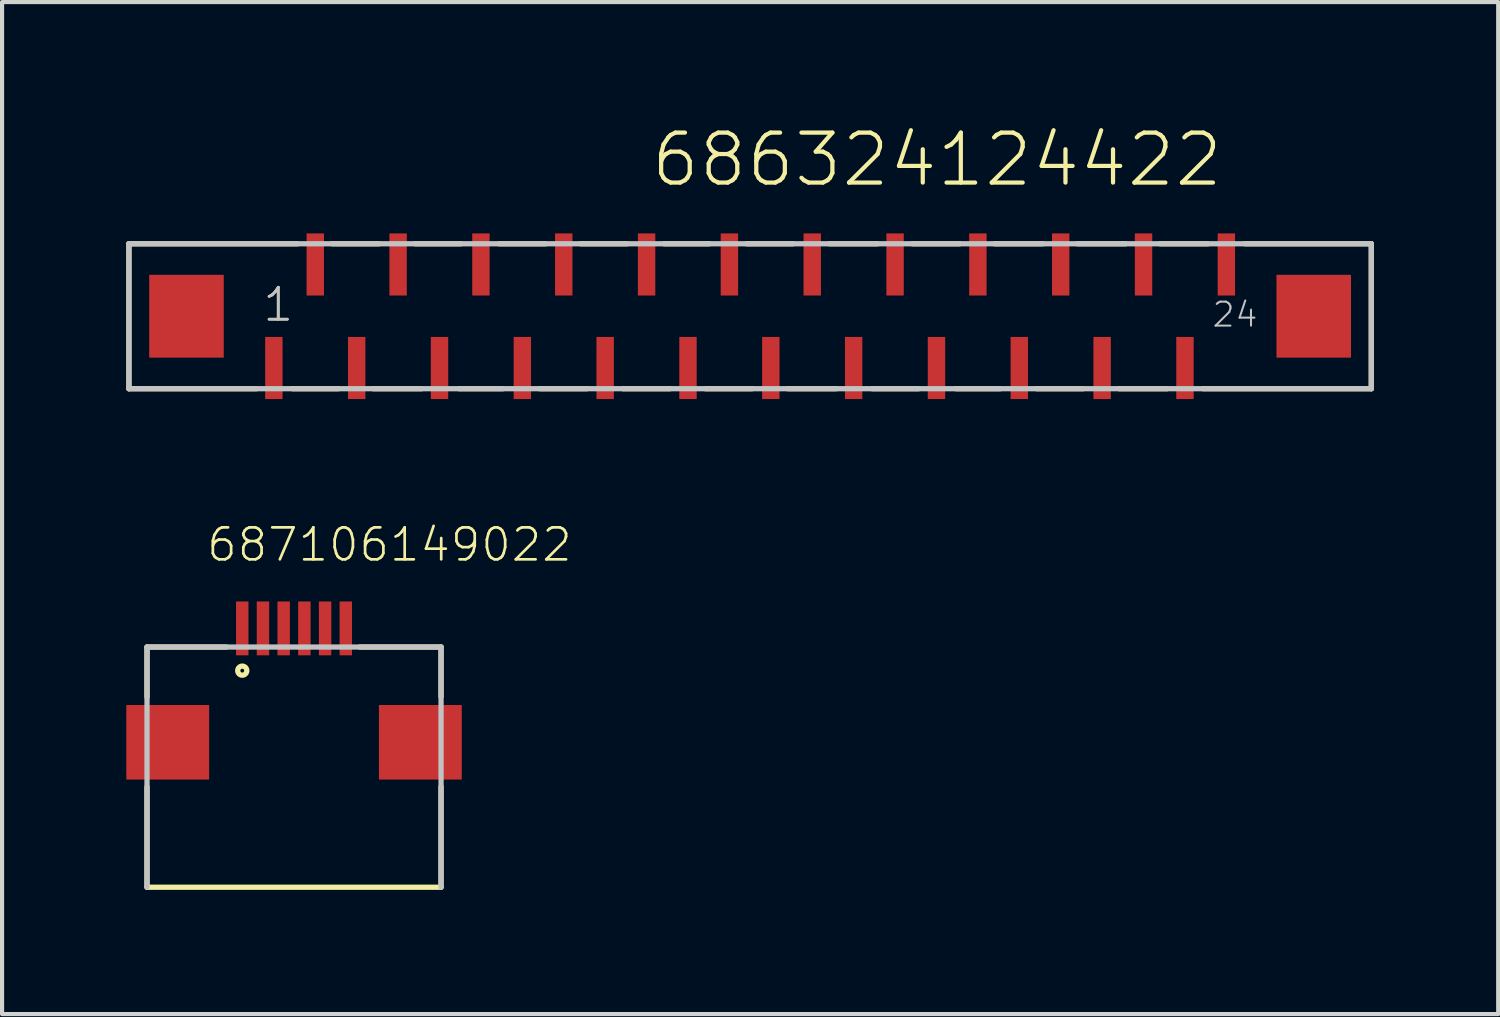
<source format=kicad_pcb>
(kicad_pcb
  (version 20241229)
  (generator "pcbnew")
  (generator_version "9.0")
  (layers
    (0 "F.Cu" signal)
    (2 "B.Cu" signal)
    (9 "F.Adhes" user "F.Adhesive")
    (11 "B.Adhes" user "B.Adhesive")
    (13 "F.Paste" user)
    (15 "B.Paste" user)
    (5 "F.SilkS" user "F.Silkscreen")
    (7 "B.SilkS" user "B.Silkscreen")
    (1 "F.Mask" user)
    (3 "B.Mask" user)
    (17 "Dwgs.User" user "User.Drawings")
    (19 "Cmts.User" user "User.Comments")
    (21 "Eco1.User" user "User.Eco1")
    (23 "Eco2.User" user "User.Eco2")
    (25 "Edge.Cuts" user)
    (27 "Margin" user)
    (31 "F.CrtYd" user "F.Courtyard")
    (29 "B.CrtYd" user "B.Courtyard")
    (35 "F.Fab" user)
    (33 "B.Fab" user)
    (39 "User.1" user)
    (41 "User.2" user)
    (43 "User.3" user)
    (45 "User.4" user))
  (footprint "687106149022"
    (layer "F.Cu")
    (at 4.05 12.124)
    (property "Reference" "687106149022" (at -2.15 -1.57 0) (layer "F.SilkS") (effects (font (size 0.772 0.772) (thickness 0.065)) (justify left bottom)))
    (attr through_hole)
    (fp_line (start -3.55 0.45) (end -3.55 1.66) (stroke (width 0.127) (type solid)) (layer "F.SilkS"))
    (fp_line (start -3.55 3.83) (end -3.55 6.25) (stroke (width 0.127) (type solid)) (layer "F.SilkS"))
    (fp_line (start -1.64 0.45) (end -3.55 0.45) (stroke (width 0.127) (type solid)) (layer "F.SilkS"))
    (fp_line (start 1.59 0.45) (end 3.55 0.45) (stroke (width 0.127) (type solid)) (layer "F.SilkS"))
    (fp_line (start 3.55 0.45) (end 3.55 1.65) (stroke (width 0.127) (type solid)) (layer "F.SilkS"))
    (fp_line (start 3.55 3.82) (end 3.55 6.25) (stroke (width 0.127) (type solid)) (layer "F.SilkS"))
    (fp_line (start 3.55 6.25) (end -3.55 6.25) (stroke (width 0.127) (type solid)) (layer "F.SilkS"))
    (fp_circle (center -1.25 1.02) (end -1.14 1.02) (stroke (width 0.127) (type solid)) (fill no) (layer "F.SilkS"))
    (fp_line (start -3.55 0.45) (end 3.55 0.45) (stroke (width 0.127) (type solid)) (layer "Dwgs.User"))
    (fp_line (start -3.55 6.25) (end -3.55 0.45) (stroke (width 0.127) (type solid)) (layer "Dwgs.User"))
    (fp_line (start 3.55 0.45) (end 3.55 6.25) (stroke (width 0.127) (type solid)) (layer "Dwgs.User"))
    (pad "1" smd rect (at -1.25 0) (size 0.3 1.3) (layers "F.Cu" "F.Mask" "F.Paste"))
    (pad "2" smd rect (at -0.75 0) (size 0.3 1.3) (layers "F.Cu" "F.Mask" "F.Paste"))
    (pad "3" smd rect (at -0.25 0) (size 0.3 1.3) (layers "F.Cu" "F.Mask" "F.Paste"))
    (pad "4" smd rect (at 0.25 0) (size 0.3 1.3) (layers "F.Cu" "F.Mask" "F.Paste"))
    (pad "5" smd rect (at 0.75 0) (size 0.3 1.3) (layers "F.Cu" "F.Mask" "F.Paste"))
    (pad "6" smd rect (at 1.25 0) (size 0.3 1.3) (layers "F.Cu" "F.Mask" "F.Paste"))
    (pad "Z1" smd rect (at -3.05 2.75) (size 2 1.8) (layers "F.Cu" "F.Mask" "F.Paste"))
    (pad "Z2" smd rect (at 3.05 2.75) (size 2 1.8) (layers "F.Cu" "F.Mask" "F.Paste")))
  (footprint "686324124422"
    (layer "F.Cu")
    (at 15.063 4.586)
    (property "Reference" "686324124422" (at -2.445 -3.075 0) (layer "F.SilkS") (effects (font (size 1.206 1.206) (thickness 0.102)) (justify left bottom)))
    (attr through_hole)
    (fp_line (start -15 -1.75) (end -15 1.75) (stroke (width 0.127) (type solid)) (layer "F.SilkS"))
    (fp_line (start -15 1.75) (end -11.92 1.75) (stroke (width 0.127) (type solid)) (layer "F.SilkS"))
    (fp_line (start -11.05 1.75) (end -9.94 1.75) (stroke (width 0.127) (type solid)) (layer "F.SilkS"))
    (fp_line (start -10.93 -1.75) (end -15 -1.75) (stroke (width 0.127) (type solid)) (layer "F.SilkS"))
    (fp_line (start -10.09 -1.75) (end -8.96 -1.75) (stroke (width 0.127) (type solid)) (layer "F.SilkS"))
    (fp_line (start -9.1 1.75) (end -7.93 1.75) (stroke (width 0.127) (type solid)) (layer "F.SilkS"))
    (fp_line (start -8.09 -1.75) (end -6.98 -1.75) (stroke (width 0.127) (type solid)) (layer "F.SilkS"))
    (fp_line (start -7.03 1.75) (end -5.97 1.75) (stroke (width 0.127) (type solid)) (layer "F.SilkS"))
    (fp_line (start -6.06 -1.75) (end -4.94 -1.75) (stroke (width 0.127) (type solid)) (layer "F.SilkS"))
    (fp_line (start -5.08 1.75) (end -3.94 1.75) (stroke (width 0.127) (type solid)) (layer "F.SilkS"))
    (fp_line (start -4.09 -1.75) (end -2.97 -1.75) (stroke (width 0.127) (type solid)) (layer "F.SilkS"))
    (fp_line (start -3.07 1.75) (end -1.93 1.75) (stroke (width 0.127) (type solid)) (layer "F.SilkS"))
    (fp_line (start -2.08 -1.75) (end -0.98 -1.75) (stroke (width 0.127) (type solid)) (layer "F.SilkS"))
    (fp_line (start -1.08 1.75) (end 0.05 1.75) (stroke (width 0.127) (type solid)) (layer "F.SilkS"))
    (fp_line (start -0.09 -1.75) (end 1.04 -1.75) (stroke (width 0.127) (type solid)) (layer "F.SilkS"))
    (fp_line (start 0.91 1.75) (end 2.08 1.75) (stroke (width 0.127) (type solid)) (layer "F.SilkS"))
    (fp_line (start 1.91 -1.75) (end 3.08 -1.75) (stroke (width 0.127) (type solid)) (layer "F.SilkS"))
    (fp_line (start 2.95 1.75) (end 4.07 1.75) (stroke (width 0.127) (type solid)) (layer "F.SilkS"))
    (fp_line (start 3.92 -1.75) (end 5.06 -1.75) (stroke (width 0.127) (type solid)) (layer "F.SilkS"))
    (fp_line (start 4.97 1.75) (end 6.04 1.75) (stroke (width 0.127) (type solid)) (layer "F.SilkS"))
    (fp_line (start 5.9 -1.75) (end 7.07 -1.75) (stroke (width 0.127) (type solid)) (layer "F.SilkS"))
    (fp_line (start 6.92 1.75) (end 8.04 1.75) (stroke (width 0.127) (type solid)) (layer "F.SilkS"))
    (fp_line (start 7.9 -1.75) (end 9.07 -1.75) (stroke (width 0.127) (type solid)) (layer "F.SilkS"))
    (fp_line (start 8.91 1.75) (end 10.07 1.75) (stroke (width 0.127) (type solid)) (layer "F.SilkS"))
    (fp_line (start 9.9 -1.75) (end 11.06 -1.75) (stroke (width 0.127) (type solid)) (layer "F.SilkS"))
    (fp_line (start 10.94 1.75) (end 15 1.75) (stroke (width 0.127) (type solid)) (layer "F.SilkS"))
    (fp_line (start 15 -1.75) (end 11.95 -1.75) (stroke (width 0.127) (type solid)) (layer "F.SilkS"))
    (fp_line (start 15 1.75) (end 15 -1.75) (stroke (width 0.127) (type solid)) (layer "F.SilkS"))
    (fp_line (start -15 -1.75) (end -15 1.75) (stroke (width 0.127) (type solid)) (layer "Dwgs.User"))
    (fp_line (start -15 1.75) (end 15 1.75) (stroke (width 0.127) (type solid)) (layer "Dwgs.User"))
    (fp_line (start 15 -1.75) (end -15 -1.75) (stroke (width 0.127) (type solid)) (layer "Dwgs.User"))
    (fp_line (start 15 1.75) (end 15 -1.75) (stroke (width 0.127) (type solid)) (layer "Dwgs.User"))
    (fp_text user "1" (at -11.805 0.17 0) (layer "F.SilkS") (effects (font (size 0.772 0.772) (thickness 0.065)) (justify left bottom)))
    (fp_text user "24" (at 11.125 0.3 0) (layer "Dwgs.User") (effects (font (size 0.579 0.579) (thickness 0.049)) (justify left bottom)))
    (fp_text user "1" (at -11.805 0.17 0) (layer "Dwgs.User") (effects (font (size 0.772 0.772) (thickness 0.065)) (justify left bottom)))
    (pad "1" smd rect (at -11.5 1.25 180) (size 0.42 1.5) (layers "F.Cu" "F.Mask" "F.Paste"))
    (pad "2" smd rect (at -10.5 -1.25 180) (size 0.42 1.5) (layers "F.Cu" "F.Mask" "F.Paste"))
    (pad "3" smd rect (at -9.5 1.25 180) (size 0.42 1.5) (layers "F.Cu" "F.Mask" "F.Paste"))
    (pad "4" smd rect (at -8.5 -1.25 180) (size 0.42 1.5) (layers "F.Cu" "F.Mask" "F.Paste"))
    (pad "5" smd rect (at -7.5 1.25 180) (size 0.42 1.5) (layers "F.Cu" "F.Mask" "F.Paste"))
    (pad "6" smd rect (at -6.5 -1.25 180) (size 0.42 1.5) (layers "F.Cu" "F.Mask" "F.Paste"))
    (pad "7" smd rect (at -5.5 1.25 180) (size 0.42 1.5) (layers "F.Cu" "F.Mask" "F.Paste"))
    (pad "8" smd rect (at -4.5 -1.25 180) (size 0.42 1.5) (layers "F.Cu" "F.Mask" "F.Paste"))
    (pad "9" smd rect (at -3.5 1.25 180) (size 0.42 1.5) (layers "F.Cu" "F.Mask" "F.Paste"))
    (pad "10" smd rect (at -2.5 -1.25 180) (size 0.42 1.5) (layers "F.Cu" "F.Mask" "F.Paste"))
    (pad "11" smd rect (at -1.5 1.25 180) (size 0.42 1.5) (layers "F.Cu" "F.Mask" "F.Paste"))
    (pad "12" smd rect (at -0.5 -1.25 180) (size 0.42 1.5) (layers "F.Cu" "F.Mask" "F.Paste"))
    (pad "13" smd rect (at 0.5 1.25 180) (size 0.42 1.5) (layers "F.Cu" "F.Mask" "F.Paste"))
    (pad "14" smd rect (at 1.5 -1.25 180) (size 0.42 1.5) (layers "F.Cu" "F.Mask" "F.Paste"))
    (pad "15" smd rect (at 2.5 1.25 180) (size 0.42 1.5) (layers "F.Cu" "F.Mask" "F.Paste"))
    (pad "16" smd rect (at 3.5 -1.25 180) (size 0.42 1.5) (layers "F.Cu" "F.Mask" "F.Paste"))
    (pad "17" smd rect (at 4.5 1.25 180) (size 0.42 1.5) (layers "F.Cu" "F.Mask" "F.Paste"))
    (pad "18" smd rect (at 5.5 -1.25 180) (size 0.42 1.5) (layers "F.Cu" "F.Mask" "F.Paste"))
    (pad "19" smd rect (at 6.5 1.25 180) (size 0.42 1.5) (layers "F.Cu" "F.Mask" "F.Paste"))
    (pad "20" smd rect (at 7.5 -1.25 180) (size 0.42 1.5) (layers "F.Cu" "F.Mask" "F.Paste"))
    (pad "21" smd rect (at 8.5 1.25 180) (size 0.42 1.5) (layers "F.Cu" "F.Mask" "F.Paste"))
    (pad "22" smd rect (at 9.5 -1.25 180) (size 0.42 1.5) (layers "F.Cu" "F.Mask" "F.Paste"))
    (pad "23" smd rect (at 10.5 1.25 180) (size 0.42 1.5) (layers "F.Cu" "F.Mask" "F.Paste"))
    (pad "24" smd rect (at 11.5 -1.25 180) (size 0.42 1.5) (layers "F.Cu" "F.Mask" "F.Paste"))
    (pad "Z1" smd rect (at -13.61 0 180) (size 1.8 2) (layers "F.Cu" "F.Mask" "F.Paste"))
    (pad "Z2" smd rect (at 13.61 0 180) (size 1.8 2) (layers "F.Cu" "F.Mask" "F.Paste")))
  (gr_rect
    (start -3 -3)
    (end 33.127 21.437)
    (stroke (width 0.1) (type default))
    (fill no)
    (layer "Edge.Cuts")))
</source>
